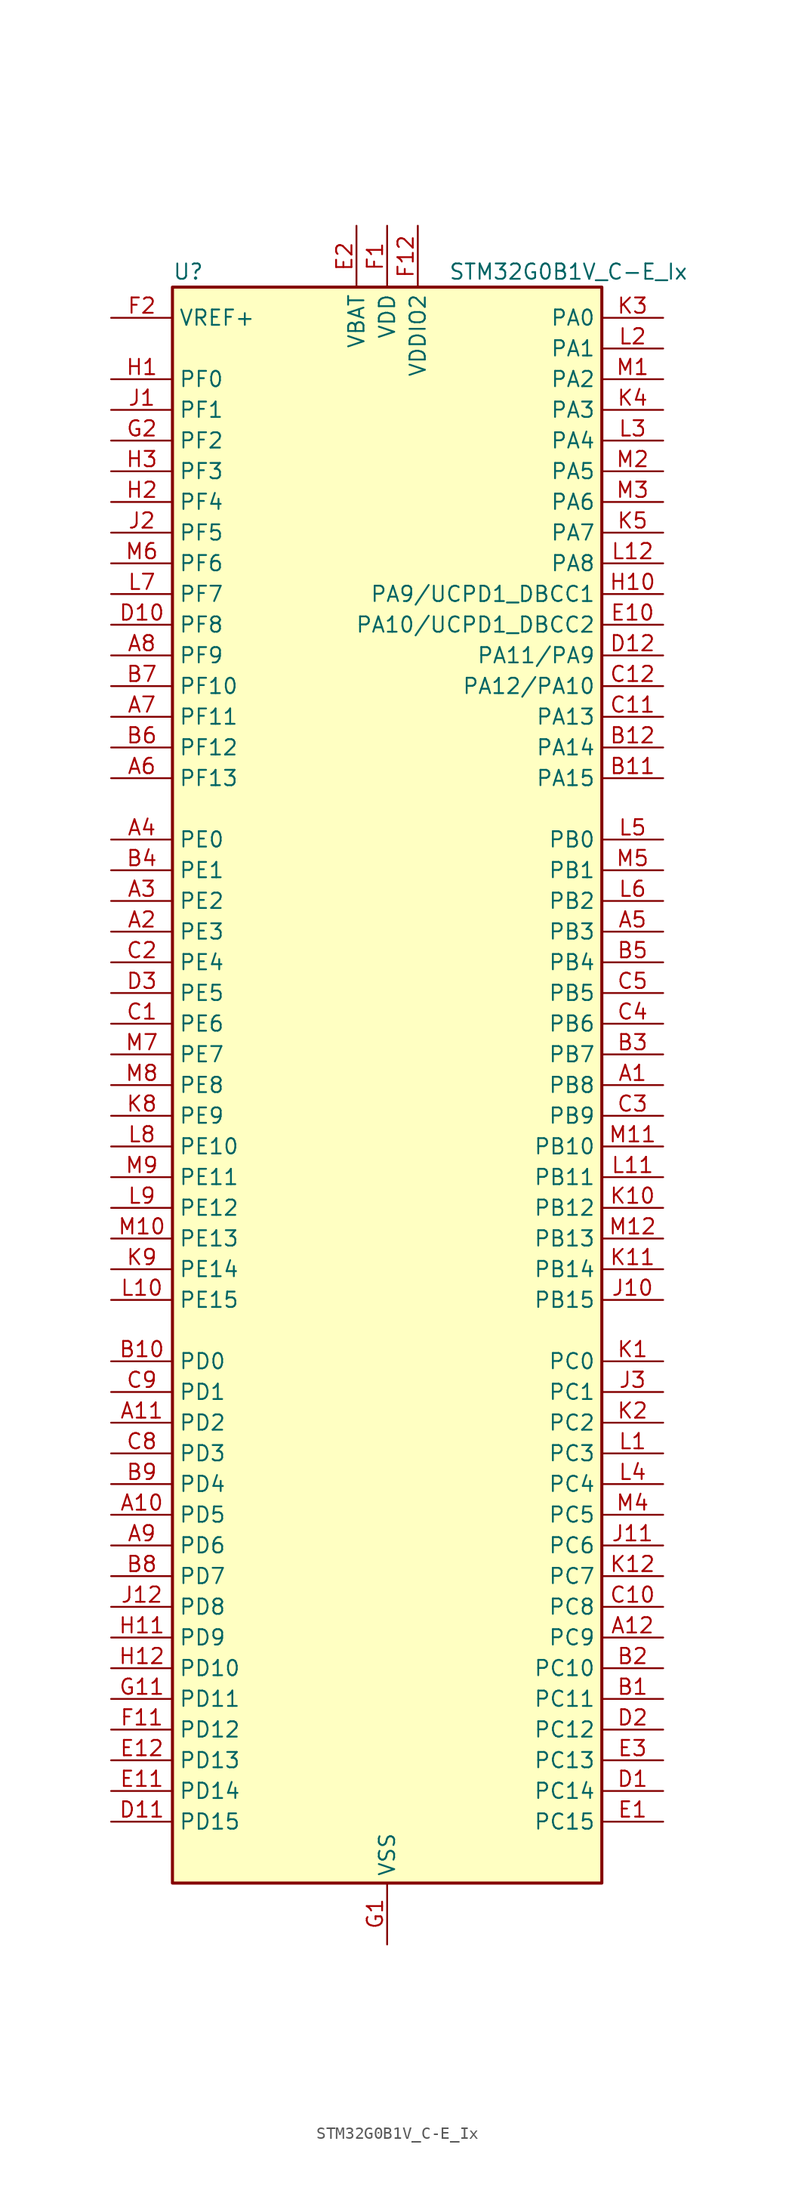
<source format=kicad_sym>
(kicad_symbol_lib
  (version 20211014)
  (generator kicad-library-utils)
  (symbol "STM32G0B1V_C-E_Ix"
    (property "Reference" "U"
      (at -17.78 67.31 0)
      (effects (font (size 1.27 1.27)) (justify left)))
    (property "Value" "STM32G0B1V_C-E_Ix"
      (at 5.08 67.31 0)
      (effects (font (size 1.27 1.27)) (justify left)))
    (property "ki_fp_filters" "*UFBGA*7x7mm*Layout12x12*P0.5mm*"
      (at 0.0 0.0 0.0)
      (effects (font (size 1.27 1.27))))
    (symbol "STM32G0B1V_C-E_Ix_0_1"
      (rectangle (start -17.78 -66.04) (end 17.78 66.04) (stroke (width 0.254)) (fill (type background))))
    (symbol "STM32G0B1V_C-E_Ix_1_1"
      (pin input line (at -22.86 63.5 0) (length 5.08) (name "VREF+" (effects (font (size 1.27 1.27)))) (number "F2" (effects (font (size 1.27 1.27)))) (alternate "VREFBUF_OUT" bidirectional line))
      (pin bidirectional line (at -22.86 58.42 0) (length 5.08) (name "PF0" (effects (font (size 1.27 1.27)))) (number "H1" (effects (font (size 1.27 1.27)))) (alternate "CRS1_SYNC" bidirectional line) (alternate "RCC_OSC_IN" bidirectional line) (alternate "TIM14_CH1" bidirectional line))
      (pin bidirectional line (at -22.86 55.88 0) (length 5.08) (name "PF1" (effects (font (size 1.27 1.27)))) (number "J1" (effects (font (size 1.27 1.27)))) (alternate "RCC_OSC_EN" bidirectional line) (alternate "RCC_OSC_OUT" bidirectional line) (alternate "TIM15_CH1N" bidirectional line))
      (pin bidirectional line (at -22.86 53.34 0) (length 5.08) (name "PF2" (effects (font (size 1.27 1.27)))) (number "G2" (effects (font (size 1.27 1.27)))) (alternate "LPUART2_DE" bidirectional line) (alternate "LPUART2_RTS" bidirectional line) (alternate "LPUART2_TX" bidirectional line) (alternate "RCC_MCO" bidirectional line))
      (pin bidirectional line (at -22.86 50.8 0) (length 5.08) (name "PF3" (effects (font (size 1.27 1.27)))) (number "H3" (effects (font (size 1.27 1.27)))) (alternate "LPUART2_RX" bidirectional line) (alternate "USART6_CK" bidirectional line) (alternate "USART6_DE" bidirectional line) (alternate "USART6_RTS" bidirectional line))
      (pin bidirectional line (at -22.86 48.26 0) (length 5.08) (name "PF4" (effects (font (size 1.27 1.27)))) (number "H2" (effects (font (size 1.27 1.27)))) (alternate "LPUART1_TX" bidirectional line))
      (pin bidirectional line (at -22.86 45.72 0) (length 5.08) (name "PF5" (effects (font (size 1.27 1.27)))) (number "J2" (effects (font (size 1.27 1.27)))) (alternate "LPUART1_RX" bidirectional line))
      (pin bidirectional line (at -22.86 43.18 0) (length 5.08) (name "PF6" (effects (font (size 1.27 1.27)))) (number "M6" (effects (font (size 1.27 1.27)))) (alternate "LPUART1_DE" bidirectional line) (alternate "LPUART1_RTS" bidirectional line))
      (pin bidirectional line (at -22.86 40.64 0) (length 5.08) (name "PF7" (effects (font (size 1.27 1.27)))) (number "L7" (effects (font (size 1.27 1.27)))) (alternate "LPUART1_CTS" bidirectional line) (alternate "USART5_CTS" bidirectional line) (alternate "USART5_NSS" bidirectional line))
      (pin bidirectional line (at -22.86 38.1 0) (length 5.08) (name "PF8" (effects (font (size 1.27 1.27)))) (number "D10" (effects (font (size 1.27 1.27)))))
      (pin bidirectional line (at -22.86 35.56 0) (length 5.08) (name "PF9" (effects (font (size 1.27 1.27)))) (number "A8" (effects (font (size 1.27 1.27)))) (alternate "DAC1_EXTI9" bidirectional line) (alternate "USART6_TX" bidirectional line))
      (pin bidirectional line (at -22.86 33.02 0) (length 5.08) (name "PF10" (effects (font (size 1.27 1.27)))) (number "B7" (effects (font (size 1.27 1.27)))) (alternate "USART6_RX" bidirectional line))
      (pin bidirectional line (at -22.86 30.48 0) (length 5.08) (name "PF11" (effects (font (size 1.27 1.27)))) (number "A7" (effects (font (size 1.27 1.27)))) (alternate "ADC1_EXTI11" bidirectional line) (alternate "USART6_CK" bidirectional line) (alternate "USART6_DE" bidirectional line) (alternate "USART6_RTS" bidirectional line))
      (pin bidirectional line (at -22.86 27.94 0) (length 5.08) (name "PF12" (effects (font (size 1.27 1.27)))) (number "B6" (effects (font (size 1.27 1.27)))) (alternate "TIM15_CH1" bidirectional line) (alternate "USART6_CTS" bidirectional line) (alternate "USART6_NSS" bidirectional line))
      (pin bidirectional line (at -22.86 25.4 0) (length 5.08) (name "PF13" (effects (font (size 1.27 1.27)))) (number "A6" (effects (font (size 1.27 1.27)))) (alternate "TIM15_CH2" bidirectional line))
      (pin bidirectional line (at -22.86 20.32 0) (length 5.08) (name "PE0" (effects (font (size 1.27 1.27)))) (number "A4" (effects (font (size 1.27 1.27)))) (alternate "TIM16_CH1" bidirectional line) (alternate "TIM4_ETR" bidirectional line))
      (pin bidirectional line (at -22.86 17.78 0) (length 5.08) (name "PE1" (effects (font (size 1.27 1.27)))) (number "B4" (effects (font (size 1.27 1.27)))) (alternate "TIM17_CH1" bidirectional line))
      (pin bidirectional line (at -22.86 15.24 0) (length 5.08) (name "PE2" (effects (font (size 1.27 1.27)))) (number "A3" (effects (font (size 1.27 1.27)))) (alternate "TIM3_ETR" bidirectional line))
      (pin bidirectional line (at -22.86 12.7 0) (length 5.08) (name "PE3" (effects (font (size 1.27 1.27)))) (number "A2" (effects (font (size 1.27 1.27)))) (alternate "TIM3_CH1" bidirectional line))
      (pin bidirectional line (at -22.86 10.16 0) (length 5.08) (name "PE4" (effects (font (size 1.27 1.27)))) (number "C2" (effects (font (size 1.27 1.27)))) (alternate "TIM3_CH2" bidirectional line))
      (pin bidirectional line (at -22.86 7.62 0) (length 5.08) (name "PE5" (effects (font (size 1.27 1.27)))) (number "D3" (effects (font (size 1.27 1.27)))) (alternate "TIM3_CH3" bidirectional line))
      (pin bidirectional line (at -22.86 5.08 0) (length 5.08) (name "PE6" (effects (font (size 1.27 1.27)))) (number "C1" (effects (font (size 1.27 1.27)))) (alternate "RTC_TAMP_IN3" bidirectional line) (alternate "SYS_WKUP3" bidirectional line) (alternate "TIM3_CH4" bidirectional line))
      (pin bidirectional line (at -22.86 2.54 0) (length 5.08) (name "PE7" (effects (font (size 1.27 1.27)))) (number "M7" (effects (font (size 1.27 1.27)))) (alternate "COMP3_INP" bidirectional line) (alternate "TIM1_ETR" bidirectional line) (alternate "USART5_CK" bidirectional line) (alternate "USART5_DE" bidirectional line) (alternate "USART5_RTS" bidirectional line))
      (pin bidirectional line (at -22.86 0.0 0) (length 5.08) (name "PE8" (effects (font (size 1.27 1.27)))) (number "M8" (effects (font (size 1.27 1.27)))) (alternate "COMP3_INM" bidirectional line) (alternate "TIM1_CH1N" bidirectional line) (alternate "USART4_TX" bidirectional line))
      (pin bidirectional line (at -22.86 -2.54 0) (length 5.08) (name "PE9" (effects (font (size 1.27 1.27)))) (number "K8" (effects (font (size 1.27 1.27)))) (alternate "DAC1_EXTI9" bidirectional line) (alternate "TIM1_CH1" bidirectional line) (alternate "USART4_RX" bidirectional line))
      (pin bidirectional line (at -22.86 -5.08 0) (length 5.08) (name "PE10" (effects (font (size 1.27 1.27)))) (number "L8" (effects (font (size 1.27 1.27)))) (alternate "TIM1_CH2N" bidirectional line) (alternate "USART5_TX" bidirectional line))
      (pin bidirectional line (at -22.86 -7.62 0) (length 5.08) (name "PE11" (effects (font (size 1.27 1.27)))) (number "M9" (effects (font (size 1.27 1.27)))) (alternate "ADC1_EXTI11" bidirectional line) (alternate "TIM1_CH2" bidirectional line) (alternate "USART5_RX" bidirectional line))
      (pin bidirectional line (at -22.86 -10.16 0) (length 5.08) (name "PE12" (effects (font (size 1.27 1.27)))) (number "L9" (effects (font (size 1.27 1.27)))) (alternate "I2S1_WS" bidirectional line) (alternate "SPI1_NSS" bidirectional line) (alternate "TIM1_CH3N" bidirectional line))
      (pin bidirectional line (at -22.86 -12.7 0) (length 5.08) (name "PE13" (effects (font (size 1.27 1.27)))) (number "M10" (effects (font (size 1.27 1.27)))) (alternate "I2S1_CK" bidirectional line) (alternate "SPI1_SCK" bidirectional line) (alternate "TIM1_CH3" bidirectional line))
      (pin bidirectional line (at -22.86 -15.24 0) (length 5.08) (name "PE14" (effects (font (size 1.27 1.27)))) (number "K9" (effects (font (size 1.27 1.27)))) (alternate "I2S1_MCK" bidirectional line) (alternate "SPI1_MISO" bidirectional line) (alternate "TIM1_BK2" bidirectional line) (alternate "TIM1_CH4" bidirectional line))
      (pin bidirectional line (at -22.86 -17.78 0) (length 5.08) (name "PE15" (effects (font (size 1.27 1.27)))) (number "L10" (effects (font (size 1.27 1.27)))) (alternate "I2S1_SD" bidirectional line) (alternate "SPI1_MOSI" bidirectional line) (alternate "TIM1_BK" bidirectional line))
      (pin bidirectional line (at -22.86 -22.86 0) (length 5.08) (name "PD0" (effects (font (size 1.27 1.27)))) (number "B10" (effects (font (size 1.27 1.27)))) (alternate "FDCAN1_RX" bidirectional line) (alternate "I2S2_WS" bidirectional line) (alternate "SPI2_NSS" bidirectional line) (alternate "TIM16_CH1" bidirectional line) (alternate "UCPD2_CC1" bidirectional line))
      (pin bidirectional line (at -22.86 -25.4 0) (length 5.08) (name "PD1" (effects (font (size 1.27 1.27)))) (number "C9" (effects (font (size 1.27 1.27)))) (alternate "FDCAN1_TX" bidirectional line) (alternate "I2S2_CK" bidirectional line) (alternate "SPI2_SCK" bidirectional line) (alternate "TIM17_CH1" bidirectional line) (alternate "UCPD2_DBCC1" bidirectional line))
      (pin bidirectional line (at -22.86 -27.94 0) (length 5.08) (name "PD2" (effects (font (size 1.27 1.27)))) (number "A11" (effects (font (size 1.27 1.27)))) (alternate "TIM1_CH1N" bidirectional line) (alternate "TIM3_ETR" bidirectional line) (alternate "UCPD2_CC2" bidirectional line) (alternate "USART3_CK" bidirectional line) (alternate "USART3_DE" bidirectional line) (alternate "USART3_RTS" bidirectional line) (alternate "USART5_RX" bidirectional line))
      (pin bidirectional line (at -22.86 -30.48 0) (length 5.08) (name "PD3" (effects (font (size 1.27 1.27)))) (number "C8" (effects (font (size 1.27 1.27)))) (alternate "I2S2_MCK" bidirectional line) (alternate "SPI2_MISO" bidirectional line) (alternate "TIM1_CH2N" bidirectional line) (alternate "UCPD2_DBCC2" bidirectional line) (alternate "USART2_CTS" bidirectional line) (alternate "USART2_NSS" bidirectional line) (alternate "USART5_TX" bidirectional line))
      (pin bidirectional line (at -22.86 -33.02 0) (length 5.08) (name "PD4" (effects (font (size 1.27 1.27)))) (number "B9" (effects (font (size 1.27 1.27)))) (alternate "I2S2_SD" bidirectional line) (alternate "SPI2_MOSI" bidirectional line) (alternate "TIM1_CH3N" bidirectional line) (alternate "USART2_CK" bidirectional line) (alternate "USART2_DE" bidirectional line) (alternate "USART2_RTS" bidirectional line) (alternate "USART5_CK" bidirectional line) (alternate "USART5_DE" bidirectional line) (alternate "USART5_RTS" bidirectional line))
      (pin bidirectional line (at -22.86 -35.56 0) (length 5.08) (name "PD5" (effects (font (size 1.27 1.27)))) (number "A10" (effects (font (size 1.27 1.27)))) (alternate "I2S1_MCK" bidirectional line) (alternate "SPI1_MISO" bidirectional line) (alternate "TIM1_BK" bidirectional line) (alternate "USART2_TX" bidirectional line) (alternate "USART5_CTS" bidirectional line) (alternate "USART5_NSS" bidirectional line))
      (pin bidirectional line (at -22.86 -38.1 0) (length 5.08) (name "PD6" (effects (font (size 1.27 1.27)))) (number "A9" (effects (font (size 1.27 1.27)))) (alternate "I2S1_SD" bidirectional line) (alternate "LPTIM2_OUT" bidirectional line) (alternate "SPI1_MOSI" bidirectional line) (alternate "USART2_RX" bidirectional line))
      (pin bidirectional line (at -22.86 -40.64 0) (length 5.08) (name "PD7" (effects (font (size 1.27 1.27)))) (number "B8" (effects (font (size 1.27 1.27)))) (alternate "RCC_MCO_2" bidirectional line))
      (pin bidirectional line (at -22.86 -43.18 0) (length 5.08) (name "PD8" (effects (font (size 1.27 1.27)))) (number "J12" (effects (font (size 1.27 1.27)))) (alternate "I2S1_CK" bidirectional line) (alternate "LPTIM1_OUT" bidirectional line) (alternate "SPI1_SCK" bidirectional line) (alternate "USART3_TX" bidirectional line))
      (pin bidirectional line (at -22.86 -45.72 0) (length 5.08) (name "PD9" (effects (font (size 1.27 1.27)))) (number "H11" (effects (font (size 1.27 1.27)))) (alternate "DAC1_EXTI9" bidirectional line) (alternate "I2S1_WS" bidirectional line) (alternate "SPI1_NSS" bidirectional line) (alternate "TIM1_BK2" bidirectional line) (alternate "USART3_RX" bidirectional line))
      (pin bidirectional line (at -22.86 -48.26 0) (length 5.08) (name "PD10" (effects (font (size 1.27 1.27)))) (number "H12" (effects (font (size 1.27 1.27)))) (alternate "RCC_MCO" bidirectional line))
      (pin bidirectional line (at -22.86 -50.8 0) (length 5.08) (name "PD11" (effects (font (size 1.27 1.27)))) (number "G11" (effects (font (size 1.27 1.27)))) (alternate "ADC1_EXTI11" bidirectional line) (alternate "LPTIM2_ETR" bidirectional line) (alternate "USART3_CTS" bidirectional line) (alternate "USART3_NSS" bidirectional line))
      (pin bidirectional line (at -22.86 -53.34 0) (length 5.08) (name "PD12" (effects (font (size 1.27 1.27)))) (number "F11" (effects (font (size 1.27 1.27)))) (alternate "FDCAN1_RX" bidirectional line) (alternate "LPTIM2_IN1" bidirectional line) (alternate "TIM4_CH1" bidirectional line) (alternate "USART3_CK" bidirectional line) (alternate "USART3_DE" bidirectional line) (alternate "USART3_RTS" bidirectional line))
      (pin bidirectional line (at -22.86 -55.88 0) (length 5.08) (name "PD13" (effects (font (size 1.27 1.27)))) (number "E12" (effects (font (size 1.27 1.27)))) (alternate "FDCAN1_TX" bidirectional line) (alternate "LPTIM2_OUT" bidirectional line) (alternate "TIM4_CH2" bidirectional line))
      (pin bidirectional line (at -22.86 -58.42 0) (length 5.08) (name "PD14" (effects (font (size 1.27 1.27)))) (number "E11" (effects (font (size 1.27 1.27)))) (alternate "FDCAN2_RX" bidirectional line) (alternate "LPUART2_CTS" bidirectional line) (alternate "TIM4_CH3" bidirectional line))
      (pin bidirectional line (at -22.86 -60.96 0) (length 5.08) (name "PD15" (effects (font (size 1.27 1.27)))) (number "D11" (effects (font (size 1.27 1.27)))) (alternate "CRS1_SYNC" bidirectional line) (alternate "FDCAN2_TX" bidirectional line) (alternate "LPUART2_DE" bidirectional line) (alternate "LPUART2_RTS" bidirectional line) (alternate "TIM4_CH4" bidirectional line))
      (pin bidirectional line (at 22.86 63.5 180) (length 5.08) (name "PA0" (effects (font (size 1.27 1.27)))) (number "K3" (effects (font (size 1.27 1.27)))) (alternate "ADC1_IN0" bidirectional line) (alternate "COMP1_INM" bidirectional line) (alternate "COMP1_OUT" bidirectional line) (alternate "I2S2_CK" bidirectional line) (alternate "LPTIM1_OUT" bidirectional line) (alternate "RTC_TAMP_IN2" bidirectional line) (alternate "SPI2_SCK" bidirectional line) (alternate "SYS_WKUP1" bidirectional line) (alternate "TIM2_CH1" bidirectional line) (alternate "TIM2_ETR" bidirectional line) (alternate "UCPD2_FRSTX1" bidirectional line) (alternate "UCPD2_FRSTX2" bidirectional line) (alternate "USART2_CTS" bidirectional line) (alternate "USART2_NSS" bidirectional line) (alternate "USART4_TX" bidirectional line))
      (pin bidirectional line (at 22.86 60.96 180) (length 5.08) (name "PA1" (effects (font (size 1.27 1.27)))) (number "L2" (effects (font (size 1.27 1.27)))) (alternate "ADC1_IN1" bidirectional line) (alternate "COMP1_INP" bidirectional line) (alternate "I2C1_SMBA" bidirectional line) (alternate "I2S1_CK" bidirectional line) (alternate "SPI1_SCK" bidirectional line) (alternate "TIM15_CH1N" bidirectional line) (alternate "TIM2_CH2" bidirectional line) (alternate "USART2_CK" bidirectional line) (alternate "USART2_DE" bidirectional line) (alternate "USART2_RTS" bidirectional line) (alternate "USART4_RX" bidirectional line))
      (pin bidirectional line (at 22.86 58.42 180) (length 5.08) (name "PA2" (effects (font (size 1.27 1.27)))) (number "M1" (effects (font (size 1.27 1.27)))) (alternate "ADC1_IN2" bidirectional line) (alternate "COMP2_INM" bidirectional line) (alternate "COMP2_OUT" bidirectional line) (alternate "I2S1_SD" bidirectional line) (alternate "LPUART1_TX" bidirectional line) (alternate "RCC_LSCO" bidirectional line) (alternate "SPI1_MOSI" bidirectional line) (alternate "SYS_WKUP4" bidirectional line) (alternate "TIM15_CH1" bidirectional line) (alternate "TIM2_CH3" bidirectional line) (alternate "UCPD1_FRSTX1" bidirectional line) (alternate "UCPD1_FRSTX2" bidirectional line) (alternate "USART2_TX" bidirectional line))
      (pin bidirectional line (at 22.86 55.88 180) (length 5.08) (name "PA3" (effects (font (size 1.27 1.27)))) (number "K4" (effects (font (size 1.27 1.27)))) (alternate "ADC1_IN3" bidirectional line) (alternate "COMP2_INP" bidirectional line) (alternate "I2S2_MCK" bidirectional line) (alternate "LPUART1_RX" bidirectional line) (alternate "SPI2_MISO" bidirectional line) (alternate "TIM15_CH2" bidirectional line) (alternate "TIM2_CH4" bidirectional line) (alternate "UCPD2_FRSTX1" bidirectional line) (alternate "UCPD2_FRSTX2" bidirectional line) (alternate "USART2_RX" bidirectional line))
      (pin bidirectional line (at 22.86 53.34 180) (length 5.08) (name "PA4" (effects (font (size 1.27 1.27)))) (number "L3" (effects (font (size 1.27 1.27)))) (alternate "ADC1_IN4" bidirectional line) (alternate "DAC1_OUT1" bidirectional line) (alternate "I2S1_WS" bidirectional line) (alternate "I2S2_SD" bidirectional line) (alternate "LPTIM2_OUT" bidirectional line) (alternate "RTC_OUT2" bidirectional line) (alternate "SPI1_NSS" bidirectional line) (alternate "SPI2_MOSI" bidirectional line) (alternate "SPI3_NSS" bidirectional line) (alternate "TIM14_CH1" bidirectional line) (alternate "UCPD2_FRSTX1" bidirectional line) (alternate "UCPD2_FRSTX2" bidirectional line) (alternate "USART6_TX" bidirectional line) (alternate "USB_NOE" bidirectional line))
      (pin bidirectional line (at 22.86 50.8 180) (length 5.08) (name "PA5" (effects (font (size 1.27 1.27)))) (number "M2" (effects (font (size 1.27 1.27)))) (alternate "ADC1_IN5" bidirectional line) (alternate "CEC" bidirectional line) (alternate "DAC1_OUT2" bidirectional line) (alternate "I2S1_CK" bidirectional line) (alternate "LPTIM2_ETR" bidirectional line) (alternate "SPI1_SCK" bidirectional line) (alternate "TIM2_CH1" bidirectional line) (alternate "TIM2_ETR" bidirectional line) (alternate "UCPD1_FRSTX1" bidirectional line) (alternate "UCPD1_FRSTX2" bidirectional line) (alternate "USART3_TX" bidirectional line) (alternate "USART6_RX" bidirectional line))
      (pin bidirectional line (at 22.86 48.26 180) (length 5.08) (name "PA6" (effects (font (size 1.27 1.27)))) (number "M3" (effects (font (size 1.27 1.27)))) (alternate "ADC1_IN6" bidirectional line) (alternate "COMP1_OUT" bidirectional line) (alternate "I2C2_SDA" bidirectional line) (alternate "I2C3_SDA" bidirectional line) (alternate "I2S1_MCK" bidirectional line) (alternate "LPUART1_CTS" bidirectional line) (alternate "SPI1_MISO" bidirectional line) (alternate "TIM16_CH1" bidirectional line) (alternate "TIM1_BK" bidirectional line) (alternate "TIM3_CH1" bidirectional line) (alternate "USART3_CTS" bidirectional line) (alternate "USART3_NSS" bidirectional line) (alternate "USART6_CTS" bidirectional line) (alternate "USART6_NSS" bidirectional line))
      (pin bidirectional line (at 22.86 45.72 180) (length 5.08) (name "PA7" (effects (font (size 1.27 1.27)))) (number "K5" (effects (font (size 1.27 1.27)))) (alternate "ADC1_IN7" bidirectional line) (alternate "COMP2_OUT" bidirectional line) (alternate "I2C2_SCL" bidirectional line) (alternate "I2C3_SCL" bidirectional line) (alternate "I2S1_SD" bidirectional line) (alternate "SPI1_MOSI" bidirectional line) (alternate "TIM14_CH1" bidirectional line) (alternate "TIM17_CH1" bidirectional line) (alternate "TIM1_CH1N" bidirectional line) (alternate "TIM3_CH2" bidirectional line) (alternate "UCPD1_FRSTX1" bidirectional line) (alternate "UCPD1_FRSTX2" bidirectional line) (alternate "USART6_CK" bidirectional line) (alternate "USART6_DE" bidirectional line) (alternate "USART6_RTS" bidirectional line))
      (pin bidirectional line (at 22.86 43.18 180) (length 5.08) (name "PA8" (effects (font (size 1.27 1.27)))) (number "L12" (effects (font (size 1.27 1.27)))) (alternate "CRS1_SYNC" bidirectional line) (alternate "I2C2_SMBA" bidirectional line) (alternate "I2S2_WS" bidirectional line) (alternate "LPTIM2_OUT" bidirectional line) (alternate "RCC_MCO" bidirectional line) (alternate "SPI2_NSS" bidirectional line) (alternate "TIM1_CH1" bidirectional line) (alternate "UCPD1_CC1" bidirectional line))
      (pin bidirectional line (at 22.86 40.64 180) (length 5.08) (name "PA9/UCPD1_DBCC1" (effects (font (size 1.27 1.27)))) (number "H10" (effects (font (size 1.27 1.27)))) (alternate "DAC1_EXTI9" bidirectional line) (alternate "I2C1_SCL" bidirectional line) (alternate "I2C2_SCL" bidirectional line) (alternate "I2S2_MCK" bidirectional line) (alternate "RCC_MCO" bidirectional line) (alternate "SPI2_MISO" bidirectional line) (alternate "TIM15_BK" bidirectional line) (alternate "TIM1_CH2" bidirectional line) (alternate "UCPD1_DBCC1" bidirectional line) (alternate "USART1_TX" bidirectional line))
      (pin bidirectional line (at 22.86 38.1 180) (length 5.08) (name "PA10/UCPD1_DBCC2" (effects (font (size 1.27 1.27)))) (number "E10" (effects (font (size 1.27 1.27)))) (alternate "I2C1_SDA" bidirectional line) (alternate "I2C2_SDA" bidirectional line) (alternate "I2S2_SD" bidirectional line) (alternate "RCC_MCO_2" bidirectional line) (alternate "SPI2_MOSI" bidirectional line) (alternate "TIM17_BK" bidirectional line) (alternate "TIM1_CH3" bidirectional line) (alternate "UCPD1_DBCC2" bidirectional line) (alternate "USART1_RX" bidirectional line))
      (pin bidirectional line (at 22.86 35.56 180) (length 5.08) (name "PA11/PA9" (effects (font (size 1.27 1.27)))) (number "D12" (effects (font (size 1.27 1.27)))) (alternate "ADC1_EXTI11" bidirectional line) (alternate "COMP1_OUT" bidirectional line) (alternate "FDCAN1_RX" bidirectional line) (alternate "I2C2_SCL" bidirectional line) (alternate "I2S1_MCK" bidirectional line) (alternate "SPI1_MISO" bidirectional line) (alternate "TIM1_BK2" bidirectional line) (alternate "TIM1_CH4" bidirectional line) (alternate "USART1_CTS" bidirectional line) (alternate "USART1_NSS" bidirectional line) (alternate "USB_DM" bidirectional line))
      (pin bidirectional line (at 22.86 33.02 180) (length 5.08) (name "PA12/PA10" (effects (font (size 1.27 1.27)))) (number "C12" (effects (font (size 1.27 1.27)))) (alternate "COMP2_OUT" bidirectional line) (alternate "FDCAN1_TX" bidirectional line) (alternate "I2C2_SDA" bidirectional line) (alternate "I2S1_SD" bidirectional line) (alternate "I2S_CKIN" bidirectional line) (alternate "SPI1_MOSI" bidirectional line) (alternate "TIM1_ETR" bidirectional line) (alternate "USART1_CK" bidirectional line) (alternate "USART1_DE" bidirectional line) (alternate "USART1_RTS" bidirectional line) (alternate "USB_DP" bidirectional line))
      (pin bidirectional line (at 22.86 30.48 180) (length 5.08) (name "PA13" (effects (font (size 1.27 1.27)))) (number "C11" (effects (font (size 1.27 1.27)))) (alternate "IR_OUT" bidirectional line) (alternate "LPUART2_RX" bidirectional line) (alternate "SYS_SWDIO" bidirectional line) (alternate "USB_NOE" bidirectional line))
      (pin bidirectional line (at 22.86 27.94 180) (length 5.08) (name "PA14" (effects (font (size 1.27 1.27)))) (number "B12" (effects (font (size 1.27 1.27)))) (alternate "LPUART2_TX" bidirectional line) (alternate "SYS_SWCLK" bidirectional line) (alternate "USART2_TX" bidirectional line))
      (pin bidirectional line (at 22.86 25.4 180) (length 5.08) (name "PA15" (effects (font (size 1.27 1.27)))) (number "B11" (effects (font (size 1.27 1.27)))) (alternate "I2C2_SMBA" bidirectional line) (alternate "I2S1_WS" bidirectional line) (alternate "RCC_MCO_2" bidirectional line) (alternate "SPI1_NSS" bidirectional line) (alternate "SPI3_NSS" bidirectional line) (alternate "TIM2_CH1" bidirectional line) (alternate "TIM2_ETR" bidirectional line) (alternate "USART2_RX" bidirectional line) (alternate "USART3_CK" bidirectional line) (alternate "USART3_DE" bidirectional line) (alternate "USART3_RTS" bidirectional line) (alternate "USART4_CK" bidirectional line) (alternate "USART4_DE" bidirectional line) (alternate "USART4_RTS" bidirectional line) (alternate "USB_NOE" bidirectional line))
      (pin bidirectional line (at 22.86 20.32 180) (length 5.08) (name "PB0" (effects (font (size 1.27 1.27)))) (number "L5" (effects (font (size 1.27 1.27)))) (alternate "ADC1_IN8" bidirectional line) (alternate "COMP1_OUT" bidirectional line) (alternate "COMP3_INP" bidirectional line) (alternate "FDCAN2_RX" bidirectional line) (alternate "I2S1_WS" bidirectional line) (alternate "LPTIM1_OUT" bidirectional line) (alternate "LPUART2_CTS" bidirectional line) (alternate "SPI1_NSS" bidirectional line) (alternate "TIM1_CH2N" bidirectional line) (alternate "TIM3_CH3" bidirectional line) (alternate "UCPD1_FRSTX1" bidirectional line) (alternate "UCPD1_FRSTX2" bidirectional line) (alternate "USART3_RX" bidirectional line) (alternate "USART5_TX" bidirectional line))
      (pin bidirectional line (at 22.86 17.78 180) (length 5.08) (name "PB1" (effects (font (size 1.27 1.27)))) (number "M5" (effects (font (size 1.27 1.27)))) (alternate "ADC1_IN9" bidirectional line) (alternate "COMP1_INM" bidirectional line) (alternate "COMP3_OUT" bidirectional line) (alternate "FDCAN2_TX" bidirectional line) (alternate "LPTIM2_IN1" bidirectional line) (alternate "LPUART1_DE" bidirectional line) (alternate "LPUART1_RTS" bidirectional line) (alternate "LPUART2_DE" bidirectional line) (alternate "LPUART2_RTS" bidirectional line) (alternate "TIM14_CH1" bidirectional line) (alternate "TIM1_CH3N" bidirectional line) (alternate "TIM3_CH4" bidirectional line) (alternate "USART3_CK" bidirectional line) (alternate "USART3_DE" bidirectional line) (alternate "USART3_RTS" bidirectional line) (alternate "USART5_RX" bidirectional line))
      (pin bidirectional line (at 22.86 15.24 180) (length 5.08) (name "PB2" (effects (font (size 1.27 1.27)))) (number "L6" (effects (font (size 1.27 1.27)))) (alternate "ADC1_IN10" bidirectional line) (alternate "COMP1_INP" bidirectional line) (alternate "COMP3_INM" bidirectional line) (alternate "I2S2_MCK" bidirectional line) (alternate "LPTIM1_OUT" bidirectional line) (alternate "RCC_MCO_2" bidirectional line) (alternate "SPI2_MISO" bidirectional line) (alternate "USART3_TX" bidirectional line))
      (pin bidirectional line (at 22.86 12.7 180) (length 5.08) (name "PB3" (effects (font (size 1.27 1.27)))) (number "A5" (effects (font (size 1.27 1.27)))) (alternate "COMP2_INM" bidirectional line) (alternate "I2C2_SCL" bidirectional line) (alternate "I2C3_SCL" bidirectional line) (alternate "I2S1_CK" bidirectional line) (alternate "SPI1_SCK" bidirectional line) (alternate "SPI3_SCK" bidirectional line) (alternate "TIM1_CH2" bidirectional line) (alternate "TIM2_CH2" bidirectional line) (alternate "USART1_CK" bidirectional line) (alternate "USART1_DE" bidirectional line) (alternate "USART1_RTS" bidirectional line) (alternate "USART5_TX" bidirectional line))
      (pin bidirectional line (at 22.86 10.16 180) (length 5.08) (name "PB4" (effects (font (size 1.27 1.27)))) (number "B5" (effects (font (size 1.27 1.27)))) (alternate "COMP2_INP" bidirectional line) (alternate "I2C2_SDA" bidirectional line) (alternate "I2C3_SDA" bidirectional line) (alternate "I2S1_MCK" bidirectional line) (alternate "SPI1_MISO" bidirectional line) (alternate "SPI3_MISO" bidirectional line) (alternate "TIM17_BK" bidirectional line) (alternate "TIM3_CH1" bidirectional line) (alternate "USART1_CTS" bidirectional line) (alternate "USART1_NSS" bidirectional line) (alternate "USART5_RX" bidirectional line))
      (pin bidirectional line (at 22.86 7.62 180) (length 5.08) (name "PB5" (effects (font (size 1.27 1.27)))) (number "C5" (effects (font (size 1.27 1.27)))) (alternate "COMP2_OUT" bidirectional line) (alternate "FDCAN2_RX" bidirectional line) (alternate "I2C1_SMBA" bidirectional line) (alternate "I2S1_SD" bidirectional line) (alternate "LPTIM1_IN1" bidirectional line) (alternate "SPI1_MOSI" bidirectional line) (alternate "SPI3_MOSI" bidirectional line) (alternate "SYS_WKUP6" bidirectional line) (alternate "TIM16_BK" bidirectional line) (alternate "TIM3_CH2" bidirectional line) (alternate "USART5_CK" bidirectional line) (alternate "USART5_DE" bidirectional line) (alternate "USART5_RTS" bidirectional line))
      (pin bidirectional line (at 22.86 5.08 180) (length 5.08) (name "PB6" (effects (font (size 1.27 1.27)))) (number "C4" (effects (font (size 1.27 1.27)))) (alternate "COMP2_INP" bidirectional line) (alternate "FDCAN2_TX" bidirectional line) (alternate "I2C1_SCL" bidirectional line) (alternate "I2S2_MCK" bidirectional line) (alternate "LPTIM1_ETR" bidirectional line) (alternate "LPUART2_TX" bidirectional line) (alternate "SPI2_MISO" bidirectional line) (alternate "TIM16_CH1N" bidirectional line) (alternate "TIM1_CH3" bidirectional line) (alternate "TIM4_CH1" bidirectional line) (alternate "USART1_TX" bidirectional line) (alternate "USART5_CTS" bidirectional line) (alternate "USART5_NSS" bidirectional line))
      (pin bidirectional line (at 22.86 2.54 180) (length 5.08) (name "PB7" (effects (font (size 1.27 1.27)))) (number "B3" (effects (font (size 1.27 1.27)))) (alternate "COMP2_INM" bidirectional line) (alternate "I2C1_SDA" bidirectional line) (alternate "I2S2_SD" bidirectional line) (alternate "LPTIM1_IN2" bidirectional line) (alternate "LPUART2_RX" bidirectional line) (alternate "SPI2_MOSI" bidirectional line) (alternate "SYS_PVD_IN" bidirectional line) (alternate "TIM17_CH1N" bidirectional line) (alternate "TIM4_CH2" bidirectional line) (alternate "USART1_RX" bidirectional line) (alternate "USART4_CTS" bidirectional line) (alternate "USART4_NSS" bidirectional line))
      (pin bidirectional line (at 22.86 0.0 180) (length 5.08) (name "PB8" (effects (font (size 1.27 1.27)))) (number "A1" (effects (font (size 1.27 1.27)))) (alternate "CEC" bidirectional line) (alternate "FDCAN1_RX" bidirectional line) (alternate "I2C1_SCL" bidirectional line) (alternate "I2S2_CK" bidirectional line) (alternate "SPI2_SCK" bidirectional line) (alternate "TIM15_BK" bidirectional line) (alternate "TIM16_CH1" bidirectional line) (alternate "TIM4_CH3" bidirectional line) (alternate "USART3_TX" bidirectional line) (alternate "USART6_TX" bidirectional line))
      (pin bidirectional line (at 22.86 -2.54 180) (length 5.08) (name "PB9" (effects (font (size 1.27 1.27)))) (number "C3" (effects (font (size 1.27 1.27)))) (alternate "DAC1_EXTI9" bidirectional line) (alternate "FDCAN1_TX" bidirectional line) (alternate "I2C1_SDA" bidirectional line) (alternate "I2S2_WS" bidirectional line) (alternate "IR_OUT" bidirectional line) (alternate "SPI2_NSS" bidirectional line) (alternate "TIM17_CH1" bidirectional line) (alternate "TIM4_CH4" bidirectional line) (alternate "UCPD2_FRSTX1" bidirectional line) (alternate "UCPD2_FRSTX2" bidirectional line) (alternate "USART3_RX" bidirectional line) (alternate "USART6_RX" bidirectional line))
      (pin bidirectional line (at 22.86 -5.08 180) (length 5.08) (name "PB10" (effects (font (size 1.27 1.27)))) (number "M11" (effects (font (size 1.27 1.27)))) (alternate "ADC1_IN11" bidirectional line) (alternate "CEC" bidirectional line) (alternate "COMP1_OUT" bidirectional line) (alternate "I2C2_SCL" bidirectional line) (alternate "I2S2_CK" bidirectional line) (alternate "LPUART1_RX" bidirectional line) (alternate "SPI2_SCK" bidirectional line) (alternate "TIM2_CH3" bidirectional line) (alternate "USART3_TX" bidirectional line))
      (pin bidirectional line (at 22.86 -7.62 180) (length 5.08) (name "PB11" (effects (font (size 1.27 1.27)))) (number "L11" (effects (font (size 1.27 1.27)))) (alternate "ADC1_EXTI11" bidirectional line) (alternate "ADC1_IN15" bidirectional line) (alternate "COMP2_OUT" bidirectional line) (alternate "I2C2_SDA" bidirectional line) (alternate "I2S2_SD" bidirectional line) (alternate "LPUART1_TX" bidirectional line) (alternate "SPI2_MOSI" bidirectional line) (alternate "TIM2_CH4" bidirectional line) (alternate "USART3_RX" bidirectional line))
      (pin bidirectional line (at 22.86 -10.16 180) (length 5.08) (name "PB12" (effects (font (size 1.27 1.27)))) (number "K10" (effects (font (size 1.27 1.27)))) (alternate "ADC1_IN16" bidirectional line) (alternate "FDCAN2_RX" bidirectional line) (alternate "I2C2_SMBA" bidirectional line) (alternate "I2S2_WS" bidirectional line) (alternate "LPUART1_DE" bidirectional line) (alternate "LPUART1_RTS" bidirectional line) (alternate "SPI2_NSS" bidirectional line) (alternate "TIM15_BK" bidirectional line) (alternate "TIM1_BK" bidirectional line) (alternate "UCPD2_FRSTX1" bidirectional line) (alternate "UCPD2_FRSTX2" bidirectional line))
      (pin bidirectional line (at 22.86 -12.7 180) (length 5.08) (name "PB13" (effects (font (size 1.27 1.27)))) (number "M12" (effects (font (size 1.27 1.27)))) (alternate "FDCAN2_TX" bidirectional line) (alternate "I2C2_SCL" bidirectional line) (alternate "I2S2_CK" bidirectional line) (alternate "LPUART1_CTS" bidirectional line) (alternate "SPI2_SCK" bidirectional line) (alternate "TIM15_CH1N" bidirectional line) (alternate "TIM1_CH1N" bidirectional line) (alternate "USART3_CTS" bidirectional line) (alternate "USART3_NSS" bidirectional line))
      (pin bidirectional line (at 22.86 -15.24 180) (length 5.08) (name "PB14" (effects (font (size 1.27 1.27)))) (number "K11" (effects (font (size 1.27 1.27)))) (alternate "I2C2_SDA" bidirectional line) (alternate "I2S2_MCK" bidirectional line) (alternate "SPI2_MISO" bidirectional line) (alternate "TIM15_CH1" bidirectional line) (alternate "TIM1_CH2N" bidirectional line) (alternate "UCPD1_FRSTX1" bidirectional line) (alternate "UCPD1_FRSTX2" bidirectional line) (alternate "USART3_CK" bidirectional line) (alternate "USART3_DE" bidirectional line) (alternate "USART3_RTS" bidirectional line) (alternate "USART6_CK" bidirectional line) (alternate "USART6_DE" bidirectional line) (alternate "USART6_RTS" bidirectional line))
      (pin bidirectional line (at 22.86 -17.78 180) (length 5.08) (name "PB15" (effects (font (size 1.27 1.27)))) (number "J10" (effects (font (size 1.27 1.27)))) (alternate "I2S2_SD" bidirectional line) (alternate "RTC_REFIN" bidirectional line) (alternate "SPI2_MOSI" bidirectional line) (alternate "TIM15_CH1N" bidirectional line) (alternate "TIM15_CH2" bidirectional line) (alternate "TIM1_CH3N" bidirectional line) (alternate "UCPD1_CC2" bidirectional line) (alternate "USART6_CTS" bidirectional line) (alternate "USART6_NSS" bidirectional line))
      (pin bidirectional line (at 22.86 -22.86 180) (length 5.08) (name "PC0" (effects (font (size 1.27 1.27)))) (number "K1" (effects (font (size 1.27 1.27)))) (alternate "COMP3_INM" bidirectional line) (alternate "COMP3_OUT" bidirectional line) (alternate "I2C3_SCL" bidirectional line) (alternate "LPTIM1_IN1" bidirectional line) (alternate "LPTIM2_IN1" bidirectional line) (alternate "LPUART1_RX" bidirectional line) (alternate "LPUART2_TX" bidirectional line) (alternate "USART6_TX" bidirectional line))
      (pin bidirectional line (at 22.86 -25.4 180) (length 5.08) (name "PC1" (effects (font (size 1.27 1.27)))) (number "J3" (effects (font (size 1.27 1.27)))) (alternate "COMP3_INP" bidirectional line) (alternate "I2C3_SDA" bidirectional line) (alternate "LPTIM1_OUT" bidirectional line) (alternate "LPUART1_TX" bidirectional line) (alternate "LPUART2_RX" bidirectional line) (alternate "TIM15_CH1" bidirectional line) (alternate "USART6_RX" bidirectional line))
      (pin bidirectional line (at 22.86 -27.94 180) (length 5.08) (name "PC2" (effects (font (size 1.27 1.27)))) (number "K2" (effects (font (size 1.27 1.27)))) (alternate "COMP3_OUT" bidirectional line) (alternate "FDCAN2_RX" bidirectional line) (alternate "I2S2_MCK" bidirectional line) (alternate "LPTIM1_IN2" bidirectional line) (alternate "SPI2_MISO" bidirectional line) (alternate "TIM15_CH2" bidirectional line))
      (pin bidirectional line (at 22.86 -30.48 180) (length 5.08) (name "PC3" (effects (font (size 1.27 1.27)))) (number "L1" (effects (font (size 1.27 1.27)))) (alternate "FDCAN2_TX" bidirectional line) (alternate "I2S2_SD" bidirectional line) (alternate "LPTIM1_ETR" bidirectional line) (alternate "LPTIM2_ETR" bidirectional line) (alternate "SPI2_MOSI" bidirectional line))
      (pin bidirectional line (at 22.86 -33.02 180) (length 5.08) (name "PC4" (effects (font (size 1.27 1.27)))) (number "L4" (effects (font (size 1.27 1.27)))) (alternate "ADC1_IN17" bidirectional line) (alternate "COMP1_INM" bidirectional line) (alternate "FDCAN1_RX" bidirectional line) (alternate "TIM2_CH1" bidirectional line) (alternate "TIM2_ETR" bidirectional line) (alternate "USART1_TX" bidirectional line) (alternate "USART3_TX" bidirectional line))
      (pin bidirectional line (at 22.86 -35.56 180) (length 5.08) (name "PC5" (effects (font (size 1.27 1.27)))) (number "M4" (effects (font (size 1.27 1.27)))) (alternate "ADC1_IN18" bidirectional line) (alternate "COMP1_INP" bidirectional line) (alternate "FDCAN1_TX" bidirectional line) (alternate "SYS_WKUP5" bidirectional line) (alternate "TIM2_CH2" bidirectional line) (alternate "USART1_RX" bidirectional line) (alternate "USART3_RX" bidirectional line))
      (pin bidirectional line (at 22.86 -38.1 180) (length 5.08) (name "PC6" (effects (font (size 1.27 1.27)))) (number "J11" (effects (font (size 1.27 1.27)))) (alternate "LPUART2_TX" bidirectional line) (alternate "TIM2_CH3" bidirectional line) (alternate "TIM3_CH1" bidirectional line) (alternate "UCPD1_FRSTX1" bidirectional line) (alternate "UCPD1_FRSTX2" bidirectional line))
      (pin bidirectional line (at 22.86 -40.64 180) (length 5.08) (name "PC7" (effects (font (size 1.27 1.27)))) (number "K12" (effects (font (size 1.27 1.27)))) (alternate "LPUART2_RX" bidirectional line) (alternate "TIM2_CH4" bidirectional line) (alternate "TIM3_CH2" bidirectional line) (alternate "UCPD2_FRSTX1" bidirectional line) (alternate "UCPD2_FRSTX2" bidirectional line))
      (pin bidirectional line (at 22.86 -43.18 180) (length 5.08) (name "PC8" (effects (font (size 1.27 1.27)))) (number "C10" (effects (font (size 1.27 1.27)))) (alternate "LPUART2_CTS" bidirectional line) (alternate "TIM1_CH1" bidirectional line) (alternate "TIM3_CH3" bidirectional line) (alternate "UCPD2_FRSTX1" bidirectional line) (alternate "UCPD2_FRSTX2" bidirectional line))
      (pin bidirectional line (at 22.86 -45.72 180) (length 5.08) (name "PC9" (effects (font (size 1.27 1.27)))) (number "A12" (effects (font (size 1.27 1.27)))) (alternate "DAC1_EXTI9" bidirectional line) (alternate "I2S_CKIN" bidirectional line) (alternate "LPUART2_DE" bidirectional line) (alternate "LPUART2_RTS" bidirectional line) (alternate "TIM1_CH2" bidirectional line) (alternate "TIM3_CH4" bidirectional line) (alternate "USB_NOE" bidirectional line))
      (pin bidirectional line (at 22.86 -48.26 180) (length 5.08) (name "PC10" (effects (font (size 1.27 1.27)))) (number "B2" (effects (font (size 1.27 1.27)))) (alternate "SPI3_SCK" bidirectional line) (alternate "TIM1_CH3" bidirectional line) (alternate "USART3_TX" bidirectional line) (alternate "USART4_TX" bidirectional line))
      (pin bidirectional line (at 22.86 -50.8 180) (length 5.08) (name "PC11" (effects (font (size 1.27 1.27)))) (number "B1" (effects (font (size 1.27 1.27)))) (alternate "ADC1_EXTI11" bidirectional line) (alternate "SPI3_MISO" bidirectional line) (alternate "TIM1_CH4" bidirectional line) (alternate "USART3_RX" bidirectional line) (alternate "USART4_RX" bidirectional line))
      (pin bidirectional line (at 22.86 -53.34 180) (length 5.08) (name "PC12" (effects (font (size 1.27 1.27)))) (number "D2" (effects (font (size 1.27 1.27)))) (alternate "LPTIM1_IN1" bidirectional line) (alternate "SPI3_MOSI" bidirectional line) (alternate "TIM14_CH1" bidirectional line) (alternate "UCPD1_FRSTX1" bidirectional line) (alternate "UCPD1_FRSTX2" bidirectional line) (alternate "USART5_TX" bidirectional line))
      (pin bidirectional line (at 22.86 -55.88 180) (length 5.08) (name "PC13" (effects (font (size 1.27 1.27)))) (number "E3" (effects (font (size 1.27 1.27)))) (alternate "RTC_OUT1" bidirectional line) (alternate "RTC_TAMP_IN1" bidirectional line) (alternate "RTC_TS" bidirectional line) (alternate "SYS_WKUP2" bidirectional line) (alternate "TIM1_BK" bidirectional line))
      (pin bidirectional line (at 22.86 -58.42 180) (length 5.08) (name "PC14" (effects (font (size 1.27 1.27)))) (number "D1" (effects (font (size 1.27 1.27)))) (alternate "RCC_OSC32_IN" bidirectional line) (alternate "TIM1_BK2" bidirectional line))
      (pin bidirectional line (at 22.86 -60.96 180) (length 5.08) (name "PC15" (effects (font (size 1.27 1.27)))) (number "E1" (effects (font (size 1.27 1.27)))) (alternate "RCC_OSC32_EN" bidirectional line) (alternate "RCC_OSC32_OUT" bidirectional line) (alternate "RCC_OSC_EN" bidirectional line) (alternate "TIM15_BK" bidirectional line))
      (pin power_in line (at -2.54 71.12 270) (length 5.08) (name "VBAT" (effects (font (size 1.27 1.27)))) (number "E2" (effects (font (size 1.27 1.27)))))
      (pin power_in line (at 0.0 71.12 270) (length 5.08) (name "VDD" (effects (font (size 1.27 1.27)))) (number "F1" (effects (font (size 1.27 1.27)))))
      (pin power_in line (at 2.54 71.12 270) (length 5.08) (name "VDDIO2" (effects (font (size 1.27 1.27)))) (number "F12" (effects (font (size 1.27 1.27)))))
      (pin power_in line (at 0.0 -71.12 90) (length 5.08) (name "VSS" (effects (font (size 1.27 1.27)))) (number "G1" (effects (font (size 1.27 1.27)))))
      (pin passive line (at 0.0 -71.12 90) (length 5.08) hide (name "VSS" (effects (font (size 1.27 1.27)))) (number "G12" (effects (font (size 1.27 1.27))))))))
</source>
